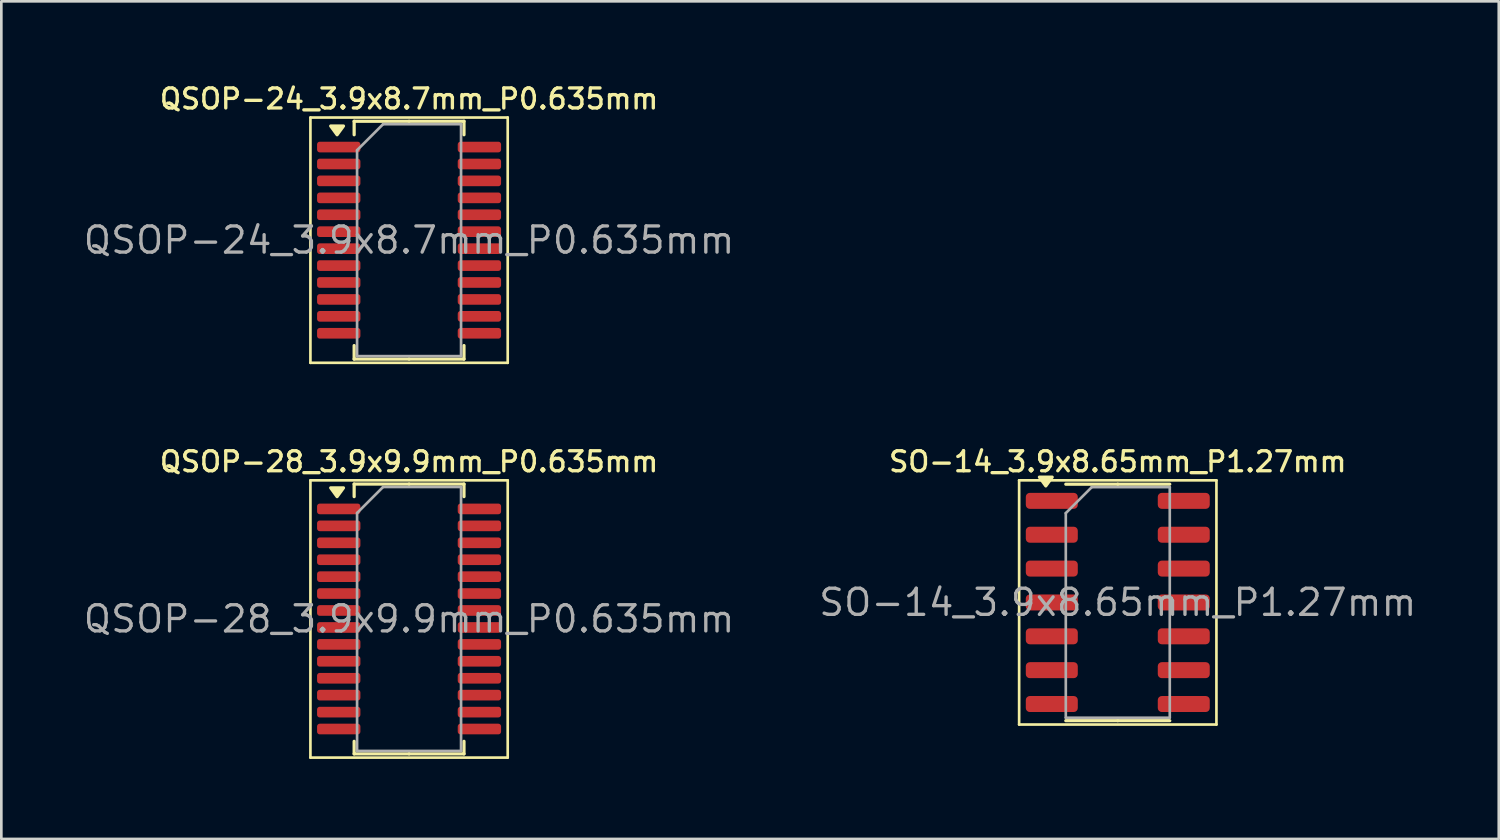
<source format=kicad_pcb>
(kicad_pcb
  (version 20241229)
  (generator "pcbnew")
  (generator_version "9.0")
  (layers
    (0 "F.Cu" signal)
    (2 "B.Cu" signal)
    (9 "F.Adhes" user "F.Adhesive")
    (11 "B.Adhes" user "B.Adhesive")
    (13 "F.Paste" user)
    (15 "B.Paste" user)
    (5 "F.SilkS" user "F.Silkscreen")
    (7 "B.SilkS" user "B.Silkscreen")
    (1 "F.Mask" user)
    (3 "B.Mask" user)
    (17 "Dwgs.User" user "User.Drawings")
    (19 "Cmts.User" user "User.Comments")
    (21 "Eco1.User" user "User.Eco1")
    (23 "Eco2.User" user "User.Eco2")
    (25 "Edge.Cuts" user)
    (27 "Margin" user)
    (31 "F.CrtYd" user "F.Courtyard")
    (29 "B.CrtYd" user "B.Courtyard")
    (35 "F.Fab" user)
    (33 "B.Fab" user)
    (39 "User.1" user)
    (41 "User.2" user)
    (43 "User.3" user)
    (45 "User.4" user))
  (footprint "QSOP-24_3.9x8.7mm_P0.635mm"
    (layer "F.Cu")
    (at 12.293 5.958)
    (property "Reference" "QSOP-24_3.9x8.7mm_P0.635mm" (at 0 -5.3 0) (layer "F.SilkS") (effects (font (size 0.75 0.75) (thickness 0.125))))
    (attr smd)
    (fp_line (start -3.7 -4.6) (end -3.7 4.6) (stroke (width 0.1) (type solid)) (layer "F.SilkS"))
    (fp_line (start -3.7 4.6) (end 3.7 4.6) (stroke (width 0.1) (type solid)) (layer "F.SilkS"))
    (fp_line (start -2.06 -4.46) (end -2.06 -3.953) (stroke (width 0.12) (type solid)) (layer "F.SilkS"))
    (fp_line (start -2.06 4.46) (end -2.06 3.953) (stroke (width 0.12) (type solid)) (layer "F.SilkS"))
    (fp_line (start 0 -4.46) (end -2.06 -4.46) (stroke (width 0.12) (type solid)) (layer "F.SilkS"))
    (fp_line (start 0 -4.46) (end 2.06 -4.46) (stroke (width 0.12) (type solid)) (layer "F.SilkS"))
    (fp_line (start 0 4.46) (end -2.06 4.46) (stroke (width 0.12) (type solid)) (layer "F.SilkS"))
    (fp_line (start 0 4.46) (end 2.06 4.46) (stroke (width 0.12) (type solid)) (layer "F.SilkS"))
    (fp_line (start 2.06 -4.46) (end 2.06 -3.953) (stroke (width 0.12) (type solid)) (layer "F.SilkS"))
    (fp_line (start 2.06 4.46) (end 2.06 3.953) (stroke (width 0.12) (type solid)) (layer "F.SilkS"))
    (fp_line (start 3.7 -4.6) (end -3.7 -4.6) (stroke (width 0.1) (type solid)) (layer "F.SilkS"))
    (fp_line (start 3.7 4.6) (end 3.7 -4.6) (stroke (width 0.1) (type solid)) (layer "F.SilkS"))
    (fp_poly (pts (xy -2.7 -3.953) (xy -2.94 -4.282) (xy -2.46 -4.282) (xy -2.7 -3.953)) (stroke (width 0.12) (type solid)) (fill yes) (layer "F.SilkS"))
    (fp_line (start -1.95 -3.375) (end -0.975 -4.35) (stroke (width 0.1) (type solid)) (layer "F.Fab"))
    (fp_line (start -1.95 4.35) (end -1.95 -3.375) (stroke (width 0.1) (type solid)) (layer "F.Fab"))
    (fp_line (start -0.975 -4.35) (end 1.95 -4.35) (stroke (width 0.1) (type solid)) (layer "F.Fab"))
    (fp_line (start 1.95 -4.35) (end 1.95 4.35) (stroke (width 0.1) (type solid)) (layer "F.Fab"))
    (fp_line (start 1.95 4.35) (end -1.95 4.35) (stroke (width 0.1) (type solid)) (layer "F.Fab"))
    (fp_text user "${REFERENCE}" (at 0 0 0) (layer "F.Fab") (effects (font (size 0.98 0.98) (thickness 0.125))))
    (pad "1" smd roundrect (at -2.638 -3.493) (size 1.625 0.4) (layers "F.Cu" "F.Mask" "F.Paste") (roundrect_rratio 0.25))
    (pad "2" smd roundrect (at -2.638 -2.857) (size 1.625 0.4) (layers "F.Cu" "F.Mask" "F.Paste") (roundrect_rratio 0.25))
    (pad "3" smd roundrect (at -2.638 -2.223) (size 1.625 0.4) (layers "F.Cu" "F.Mask" "F.Paste") (roundrect_rratio 0.25))
    (pad "4" smd roundrect (at -2.638 -1.587) (size 1.625 0.4) (layers "F.Cu" "F.Mask" "F.Paste") (roundrect_rratio 0.25))
    (pad "5" smd roundrect (at -2.638 -0.953) (size 1.625 0.4) (layers "F.Cu" "F.Mask" "F.Paste") (roundrect_rratio 0.25))
    (pad "6" smd roundrect (at -2.638 -0.318) (size 1.625 0.4) (layers "F.Cu" "F.Mask" "F.Paste") (roundrect_rratio 0.25))
    (pad "7" smd roundrect (at -2.638 0.318) (size 1.625 0.4) (layers "F.Cu" "F.Mask" "F.Paste") (roundrect_rratio 0.25))
    (pad "8" smd roundrect (at -2.638 0.953) (size 1.625 0.4) (layers "F.Cu" "F.Mask" "F.Paste") (roundrect_rratio 0.25))
    (pad "9" smd roundrect (at -2.638 1.587) (size 1.625 0.4) (layers "F.Cu" "F.Mask" "F.Paste") (roundrect_rratio 0.25))
    (pad "10" smd roundrect (at -2.638 2.223) (size 1.625 0.4) (layers "F.Cu" "F.Mask" "F.Paste") (roundrect_rratio 0.25))
    (pad "11" smd roundrect (at -2.638 2.857) (size 1.625 0.4) (layers "F.Cu" "F.Mask" "F.Paste") (roundrect_rratio 0.25))
    (pad "12" smd roundrect (at -2.638 3.493) (size 1.625 0.4) (layers "F.Cu" "F.Mask" "F.Paste") (roundrect_rratio 0.25))
    (pad "13" smd roundrect (at 2.638 3.493) (size 1.625 0.4) (layers "F.Cu" "F.Mask" "F.Paste") (roundrect_rratio 0.25))
    (pad "14" smd roundrect (at 2.638 2.857) (size 1.625 0.4) (layers "F.Cu" "F.Mask" "F.Paste") (roundrect_rratio 0.25))
    (pad "15" smd roundrect (at 2.638 2.223) (size 1.625 0.4) (layers "F.Cu" "F.Mask" "F.Paste") (roundrect_rratio 0.25))
    (pad "16" smd roundrect (at 2.638 1.587) (size 1.625 0.4) (layers "F.Cu" "F.Mask" "F.Paste") (roundrect_rratio 0.25))
    (pad "17" smd roundrect (at 2.638 0.953) (size 1.625 0.4) (layers "F.Cu" "F.Mask" "F.Paste") (roundrect_rratio 0.25))
    (pad "18" smd roundrect (at 2.638 0.318) (size 1.625 0.4) (layers "F.Cu" "F.Mask" "F.Paste") (roundrect_rratio 0.25))
    (pad "19" smd roundrect (at 2.638 -0.318) (size 1.625 0.4) (layers "F.Cu" "F.Mask" "F.Paste") (roundrect_rratio 0.25))
    (pad "20" smd roundrect (at 2.638 -0.953) (size 1.625 0.4) (layers "F.Cu" "F.Mask" "F.Paste") (roundrect_rratio 0.25))
    (pad "21" smd roundrect (at 2.638 -1.587) (size 1.625 0.4) (layers "F.Cu" "F.Mask" "F.Paste") (roundrect_rratio 0.25))
    (pad "22" smd roundrect (at 2.638 -2.223) (size 1.625 0.4) (layers "F.Cu" "F.Mask" "F.Paste") (roundrect_rratio 0.25))
    (pad "23" smd roundrect (at 2.638 -2.857) (size 1.625 0.4) (layers "F.Cu" "F.Mask" "F.Paste") (roundrect_rratio 0.25))
    (pad "24" smd roundrect (at 2.638 -3.493) (size 1.625 0.4) (layers "F.Cu" "F.Mask" "F.Paste") (roundrect_rratio 0.25)))
  (footprint "SO-14_3.9x8.65mm_P1.27mm"
    (layer "F.Cu")
    (at 38.875 19.546)
    (property "Reference" "SO-14_3.9x8.65mm_P1.27mm" (at 0 -5.28 0) (layer "F.SilkS") (effects (font (size 0.75 0.75) (thickness 0.125))))
    (attr smd)
    (fp_line (start -3.7 -4.58) (end -3.7 4.58) (stroke (width 0.1) (type solid)) (layer "F.SilkS"))
    (fp_line (start -3.7 4.58) (end 3.7 4.58) (stroke (width 0.1) (type solid)) (layer "F.SilkS"))
    (fp_line (start 0 -4.435) (end -1.95 -4.435) (stroke (width 0.12) (type solid)) (layer "F.SilkS"))
    (fp_line (start 0 -4.435) (end 1.95 -4.435) (stroke (width 0.12) (type solid)) (layer "F.SilkS"))
    (fp_line (start 0 4.435) (end -1.95 4.435) (stroke (width 0.12) (type solid)) (layer "F.SilkS"))
    (fp_line (start 0 4.435) (end 1.95 4.435) (stroke (width 0.12) (type solid)) (layer "F.SilkS"))
    (fp_line (start 3.7 -4.58) (end -3.7 -4.58) (stroke (width 0.1) (type solid)) (layer "F.SilkS"))
    (fp_line (start 3.7 4.58) (end 3.7 -4.58) (stroke (width 0.1) (type solid)) (layer "F.SilkS"))
    (fp_poly (pts (xy -2.7 -4.37) (xy -2.94 -4.7) (xy -2.46 -4.7) (xy -2.7 -4.37)) (stroke (width 0.12) (type solid)) (fill yes) (layer "F.SilkS"))
    (fp_line (start -1.95 -3.35) (end -0.975 -4.325) (stroke (width 0.1) (type solid)) (layer "F.Fab"))
    (fp_line (start -1.95 4.325) (end -1.95 -3.35) (stroke (width 0.1) (type solid)) (layer "F.Fab"))
    (fp_line (start -0.975 -4.325) (end 1.95 -4.325) (stroke (width 0.1) (type solid)) (layer "F.Fab"))
    (fp_line (start 1.95 -4.325) (end 1.95 4.325) (stroke (width 0.1) (type solid)) (layer "F.Fab"))
    (fp_line (start 1.95 4.325) (end -1.95 4.325) (stroke (width 0.1) (type solid)) (layer "F.Fab"))
    (fp_text user "${REFERENCE}" (at 0 0 0) (layer "F.Fab") (effects (font (size 0.98 0.98) (thickness 0.125))))
    (pad "1" smd roundrect (at -2.475 -3.81) (size 1.95 0.6) (layers "F.Cu" "F.Mask" "F.Paste") (roundrect_rratio 0.25))
    (pad "2" smd roundrect (at -2.475 -2.54) (size 1.95 0.6) (layers "F.Cu" "F.Mask" "F.Paste") (roundrect_rratio 0.25))
    (pad "3" smd roundrect (at -2.475 -1.27) (size 1.95 0.6) (layers "F.Cu" "F.Mask" "F.Paste") (roundrect_rratio 0.25))
    (pad "4" smd roundrect (at -2.475 0) (size 1.95 0.6) (layers "F.Cu" "F.Mask" "F.Paste") (roundrect_rratio 0.25))
    (pad "5" smd roundrect (at -2.475 1.27) (size 1.95 0.6) (layers "F.Cu" "F.Mask" "F.Paste") (roundrect_rratio 0.25))
    (pad "6" smd roundrect (at -2.475 2.54) (size 1.95 0.6) (layers "F.Cu" "F.Mask" "F.Paste") (roundrect_rratio 0.25))
    (pad "7" smd roundrect (at -2.475 3.81) (size 1.95 0.6) (layers "F.Cu" "F.Mask" "F.Paste") (roundrect_rratio 0.25))
    (pad "8" smd roundrect (at 2.475 3.81) (size 1.95 0.6) (layers "F.Cu" "F.Mask" "F.Paste") (roundrect_rratio 0.25))
    (pad "9" smd roundrect (at 2.475 2.54) (size 1.95 0.6) (layers "F.Cu" "F.Mask" "F.Paste") (roundrect_rratio 0.25))
    (pad "10" smd roundrect (at 2.475 1.27) (size 1.95 0.6) (layers "F.Cu" "F.Mask" "F.Paste") (roundrect_rratio 0.25))
    (pad "11" smd roundrect (at 2.475 0) (size 1.95 0.6) (layers "F.Cu" "F.Mask" "F.Paste") (roundrect_rratio 0.25))
    (pad "12" smd roundrect (at 2.475 -1.27) (size 1.95 0.6) (layers "F.Cu" "F.Mask" "F.Paste") (roundrect_rratio 0.25))
    (pad "13" smd roundrect (at 2.475 -2.54) (size 1.95 0.6) (layers "F.Cu" "F.Mask" "F.Paste") (roundrect_rratio 0.25))
    (pad "14" smd roundrect (at 2.475 -3.81) (size 1.95 0.6) (layers "F.Cu" "F.Mask" "F.Paste") (roundrect_rratio 0.25)))
  (footprint "QSOP-28_3.9x9.9mm_P0.635mm"
    (layer "F.Cu")
    (at 12.293 20.166)
    (property "Reference" "QSOP-28_3.9x9.9mm_P0.635mm" (at 0 -5.9 0) (layer "F.SilkS") (effects (font (size 0.75 0.75) (thickness 0.125))))
    (attr smd)
    (fp_line (start -3.7 -5.2) (end -3.7 5.2) (stroke (width 0.1) (type solid)) (layer "F.SilkS"))
    (fp_line (start -3.7 5.2) (end 3.7 5.2) (stroke (width 0.1) (type solid)) (layer "F.SilkS"))
    (fp_line (start -2.06 -5.06) (end -2.06 -4.588) (stroke (width 0.12) (type solid)) (layer "F.SilkS"))
    (fp_line (start -2.06 5.06) (end -2.06 4.588) (stroke (width 0.12) (type solid)) (layer "F.SilkS"))
    (fp_line (start 0 -5.06) (end -2.06 -5.06) (stroke (width 0.12) (type solid)) (layer "F.SilkS"))
    (fp_line (start 0 -5.06) (end 2.06 -5.06) (stroke (width 0.12) (type solid)) (layer "F.SilkS"))
    (fp_line (start 0 5.06) (end -2.06 5.06) (stroke (width 0.12) (type solid)) (layer "F.SilkS"))
    (fp_line (start 0 5.06) (end 2.06 5.06) (stroke (width 0.12) (type solid)) (layer "F.SilkS"))
    (fp_line (start 2.06 -5.06) (end 2.06 -4.588) (stroke (width 0.12) (type solid)) (layer "F.SilkS"))
    (fp_line (start 2.06 5.06) (end 2.06 4.588) (stroke (width 0.12) (type solid)) (layer "F.SilkS"))
    (fp_line (start 3.7 -5.2) (end -3.7 -5.2) (stroke (width 0.1) (type solid)) (layer "F.SilkS"))
    (fp_line (start 3.7 5.2) (end 3.7 -5.2) (stroke (width 0.1) (type solid)) (layer "F.SilkS"))
    (fp_poly (pts (xy -2.7 -4.588) (xy -2.94 -4.918) (xy -2.46 -4.918) (xy -2.7 -4.588)) (stroke (width 0.12) (type solid)) (fill yes) (layer "F.SilkS"))
    (fp_line (start -1.95 -3.975) (end -0.975 -4.95) (stroke (width 0.1) (type solid)) (layer "F.Fab"))
    (fp_line (start -1.95 4.95) (end -1.95 -3.975) (stroke (width 0.1) (type solid)) (layer "F.Fab"))
    (fp_line (start -0.975 -4.95) (end 1.95 -4.95) (stroke (width 0.1) (type solid)) (layer "F.Fab"))
    (fp_line (start 1.95 -4.95) (end 1.95 4.95) (stroke (width 0.1) (type solid)) (layer "F.Fab"))
    (fp_line (start 1.95 4.95) (end -1.95 4.95) (stroke (width 0.1) (type solid)) (layer "F.Fab"))
    (fp_text user "${REFERENCE}" (at 0 0 0) (layer "F.Fab") (effects (font (size 0.98 0.98) (thickness 0.125))))
    (pad "1" smd roundrect (at -2.638 -4.128) (size 1.625 0.4) (layers "F.Cu" "F.Mask" "F.Paste") (roundrect_rratio 0.25))
    (pad "2" smd roundrect (at -2.638 -3.493) (size 1.625 0.4) (layers "F.Cu" "F.Mask" "F.Paste") (roundrect_rratio 0.25))
    (pad "3" smd roundrect (at -2.638 -2.857) (size 1.625 0.4) (layers "F.Cu" "F.Mask" "F.Paste") (roundrect_rratio 0.25))
    (pad "4" smd roundrect (at -2.638 -2.223) (size 1.625 0.4) (layers "F.Cu" "F.Mask" "F.Paste") (roundrect_rratio 0.25))
    (pad "5" smd roundrect (at -2.638 -1.587) (size 1.625 0.4) (layers "F.Cu" "F.Mask" "F.Paste") (roundrect_rratio 0.25))
    (pad "6" smd roundrect (at -2.638 -0.953) (size 1.625 0.4) (layers "F.Cu" "F.Mask" "F.Paste") (roundrect_rratio 0.25))
    (pad "7" smd roundrect (at -2.638 -0.318) (size 1.625 0.4) (layers "F.Cu" "F.Mask" "F.Paste") (roundrect_rratio 0.25))
    (pad "8" smd roundrect (at -2.638 0.318) (size 1.625 0.4) (layers "F.Cu" "F.Mask" "F.Paste") (roundrect_rratio 0.25))
    (pad "9" smd roundrect (at -2.638 0.953) (size 1.625 0.4) (layers "F.Cu" "F.Mask" "F.Paste") (roundrect_rratio 0.25))
    (pad "10" smd roundrect (at -2.638 1.587) (size 1.625 0.4) (layers "F.Cu" "F.Mask" "F.Paste") (roundrect_rratio 0.25))
    (pad "11" smd roundrect (at -2.638 2.223) (size 1.625 0.4) (layers "F.Cu" "F.Mask" "F.Paste") (roundrect_rratio 0.25))
    (pad "12" smd roundrect (at -2.638 2.857) (size 1.625 0.4) (layers "F.Cu" "F.Mask" "F.Paste") (roundrect_rratio 0.25))
    (pad "13" smd roundrect (at -2.638 3.493) (size 1.625 0.4) (layers "F.Cu" "F.Mask" "F.Paste") (roundrect_rratio 0.25))
    (pad "14" smd roundrect (at -2.638 4.128) (size 1.625 0.4) (layers "F.Cu" "F.Mask" "F.Paste") (roundrect_rratio 0.25))
    (pad "15" smd roundrect (at 2.638 4.128) (size 1.625 0.4) (layers "F.Cu" "F.Mask" "F.Paste") (roundrect_rratio 0.25))
    (pad "16" smd roundrect (at 2.638 3.493) (size 1.625 0.4) (layers "F.Cu" "F.Mask" "F.Paste") (roundrect_rratio 0.25))
    (pad "17" smd roundrect (at 2.638 2.857) (size 1.625 0.4) (layers "F.Cu" "F.Mask" "F.Paste") (roundrect_rratio 0.25))
    (pad "18" smd roundrect (at 2.638 2.223) (size 1.625 0.4) (layers "F.Cu" "F.Mask" "F.Paste") (roundrect_rratio 0.25))
    (pad "19" smd roundrect (at 2.638 1.587) (size 1.625 0.4) (layers "F.Cu" "F.Mask" "F.Paste") (roundrect_rratio 0.25))
    (pad "20" smd roundrect (at 2.638 0.953) (size 1.625 0.4) (layers "F.Cu" "F.Mask" "F.Paste") (roundrect_rratio 0.25))
    (pad "21" smd roundrect (at 2.638 0.318) (size 1.625 0.4) (layers "F.Cu" "F.Mask" "F.Paste") (roundrect_rratio 0.25))
    (pad "22" smd roundrect (at 2.638 -0.318) (size 1.625 0.4) (layers "F.Cu" "F.Mask" "F.Paste") (roundrect_rratio 0.25))
    (pad "23" smd roundrect (at 2.638 -0.953) (size 1.625 0.4) (layers "F.Cu" "F.Mask" "F.Paste") (roundrect_rratio 0.25))
    (pad "24" smd roundrect (at 2.638 -1.587) (size 1.625 0.4) (layers "F.Cu" "F.Mask" "F.Paste") (roundrect_rratio 0.25))
    (pad "25" smd roundrect (at 2.638 -2.223) (size 1.625 0.4) (layers "F.Cu" "F.Mask" "F.Paste") (roundrect_rratio 0.25))
    (pad "26" smd roundrect (at 2.638 -2.857) (size 1.625 0.4) (layers "F.Cu" "F.Mask" "F.Paste") (roundrect_rratio 0.25))
    (pad "27" smd roundrect (at 2.638 -3.493) (size 1.625 0.4) (layers "F.Cu" "F.Mask" "F.Paste") (roundrect_rratio 0.25))
    (pad "28" smd roundrect (at 2.638 -4.128) (size 1.625 0.4) (layers "F.Cu" "F.Mask" "F.Paste") (roundrect_rratio 0.25)))
  (gr_rect
    (start -3 -3)
    (end 53.165 28.416)
    (stroke (width 0.1) (type default))
    (fill no)
    (layer "Edge.Cuts")))
</source>
